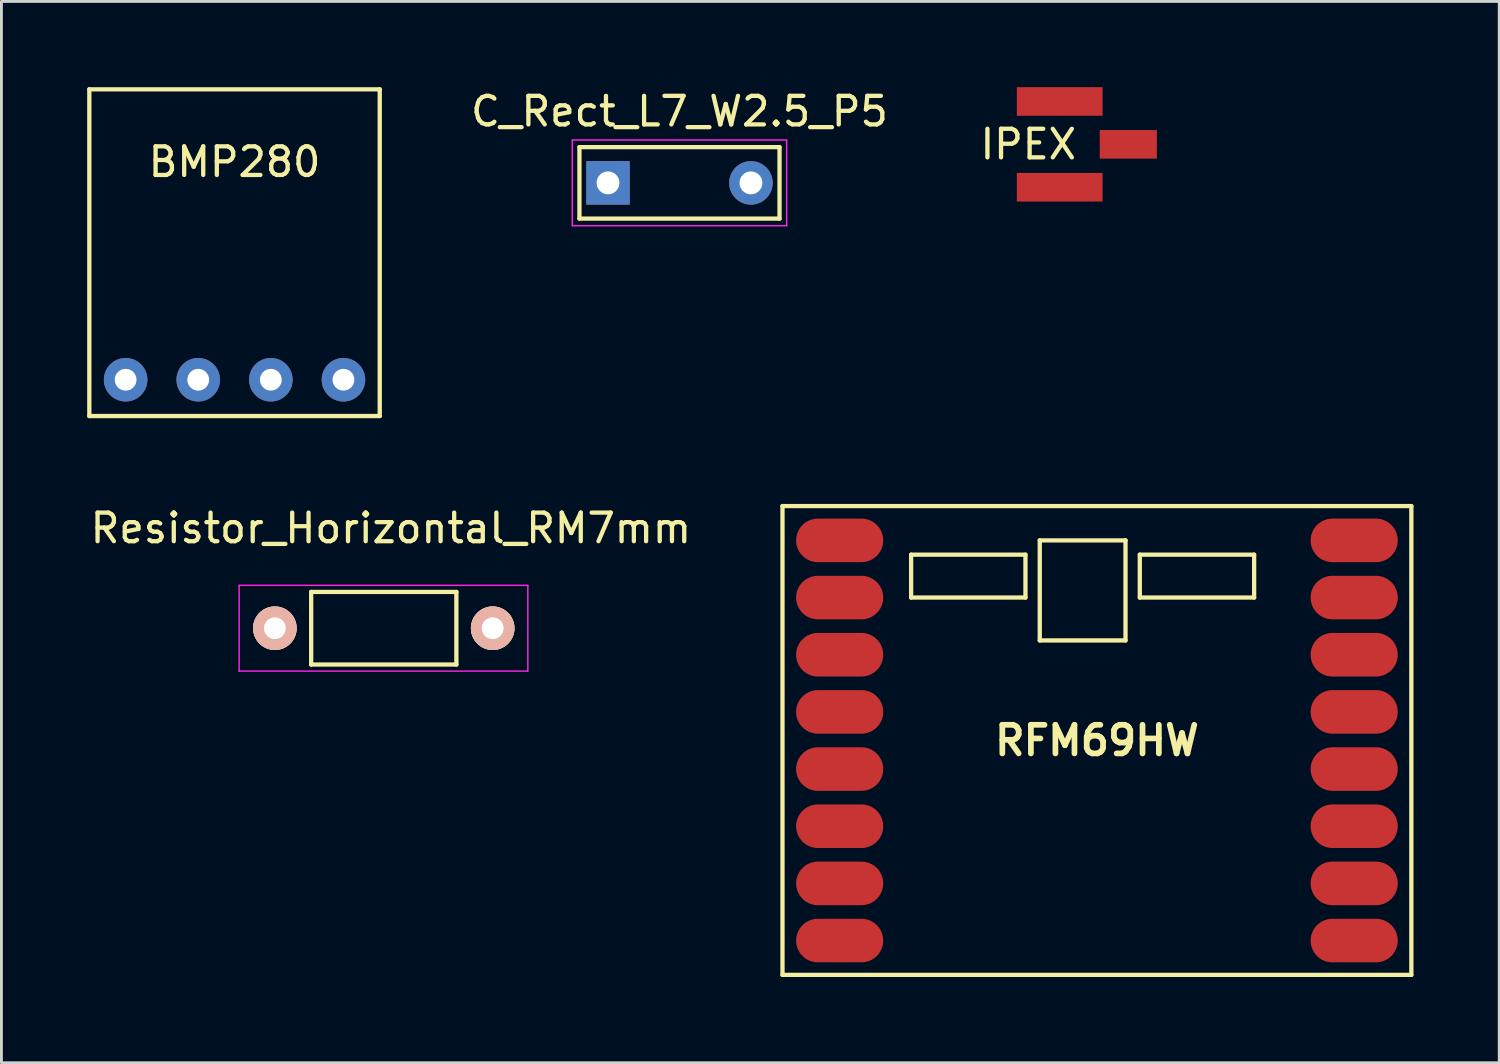
<source format=kicad_pcb>
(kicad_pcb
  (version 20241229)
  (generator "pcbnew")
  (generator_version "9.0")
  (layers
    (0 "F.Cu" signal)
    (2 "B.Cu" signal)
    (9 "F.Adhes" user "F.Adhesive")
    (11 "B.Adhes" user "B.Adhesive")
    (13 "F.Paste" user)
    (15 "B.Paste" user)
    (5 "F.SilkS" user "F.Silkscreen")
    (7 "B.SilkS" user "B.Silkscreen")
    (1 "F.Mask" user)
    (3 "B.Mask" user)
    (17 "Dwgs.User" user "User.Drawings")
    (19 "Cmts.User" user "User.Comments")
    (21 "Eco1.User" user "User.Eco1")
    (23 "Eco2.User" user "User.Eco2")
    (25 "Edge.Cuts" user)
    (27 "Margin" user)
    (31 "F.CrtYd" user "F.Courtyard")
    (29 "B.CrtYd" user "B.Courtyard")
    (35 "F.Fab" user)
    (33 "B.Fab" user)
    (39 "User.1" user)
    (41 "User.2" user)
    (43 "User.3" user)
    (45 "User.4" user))
  (footprint "RFM69HW"
    (layer "F.Cu")
    (at 35.325 22.855)
    (property "Reference" "RFM69HW" (at 0 0 0) (layer "F.SilkS") (effects (font (size 1 1) (thickness 0.2))))
    (attr through_hole)
    (fp_line (start -11 -8.2) (end 11 -8.2) (stroke (width 0.15) (type solid)) (layer "F.SilkS"))
    (fp_line (start -11 8.2) (end -11 -8.2) (stroke (width 0.15) (type solid)) (layer "F.SilkS"))
    (fp_line (start -6.5 -5) (end -6.5 -6.5) (stroke (width 0.15) (type solid)) (layer "F.SilkS"))
    (fp_line (start -6.5 -5) (end -2.5 -5) (stroke (width 0.15) (type solid)) (layer "F.SilkS"))
    (fp_line (start -2.5 -6.5) (end -6.5 -6.5) (stroke (width 0.15) (type solid)) (layer "F.SilkS"))
    (fp_line (start -2.5 -5) (end -2.5 -6.5) (stroke (width 0.15) (type solid)) (layer "F.SilkS"))
    (fp_line (start -2 -7) (end 1 -7) (stroke (width 0.15) (type solid)) (layer "F.SilkS"))
    (fp_line (start -2 -3.5) (end -2 -7) (stroke (width 0.15) (type solid)) (layer "F.SilkS"))
    (fp_line (start 1 -7) (end 1 -3.5) (stroke (width 0.15) (type solid)) (layer "F.SilkS"))
    (fp_line (start 1 -3.5) (end -2 -3.5) (stroke (width 0.15) (type solid)) (layer "F.SilkS"))
    (fp_line (start 1.5 -6.5) (end 1.5 -5) (stroke (width 0.15) (type solid)) (layer "F.SilkS"))
    (fp_line (start 1.5 -5) (end 5.5 -5) (stroke (width 0.15) (type solid)) (layer "F.SilkS"))
    (fp_line (start 5.5 -6.5) (end 1.5 -6.5) (stroke (width 0.15) (type solid)) (layer "F.SilkS"))
    (fp_line (start 5.5 -5) (end 5.5 -6.5) (stroke (width 0.15) (type solid)) (layer "F.SilkS"))
    (fp_line (start 11 -8.2) (end 11 8.2) (stroke (width 0.15) (type solid)) (layer "F.SilkS"))
    (fp_line (start 11 8.2) (end -11 8.2) (stroke (width 0.15) (type solid)) (layer "F.SilkS"))
    (pad "1" smd oval (at -9 7 180) (size 3.048 1.524) (layers "F.Cu" "F.Mask" "F.Paste"))
    (pad "2" smd oval (at -9 5 180) (size 3.048 1.524) (layers "F.Cu" "F.Mask" "F.Paste"))
    (pad "3" smd oval (at -9 3 180) (size 3.048 1.524) (layers "F.Cu" "F.Mask" "F.Paste"))
    (pad "4" smd oval (at -9 1 180) (size 3.048 1.524) (layers "F.Cu" "F.Mask" "F.Paste"))
    (pad "5" smd oval (at -9 -1 180) (size 3.048 1.524) (layers "F.Cu" "F.Mask" "F.Paste"))
    (pad "6" smd oval (at -9 -3 180) (size 3.048 1.524) (layers "F.Cu" "F.Mask" "F.Paste"))
    (pad "7" smd oval (at -9 -5 180) (size 3.048 1.524) (layers "F.Cu" "F.Mask" "F.Paste"))
    (pad "8" smd oval (at -9 -7 180) (size 3.048 1.524) (layers "F.Cu" "F.Mask" "F.Paste"))
    (pad "9" smd oval (at 9 7) (size 3.048 1.524) (layers "F.Cu" "F.Mask" "F.Paste"))
    (pad "10" smd oval (at 9 5) (size 3.048 1.524) (layers "F.Cu" "F.Mask" "F.Paste"))
    (pad "11" smd oval (at 9 3) (size 3.048 1.524) (layers "F.Cu" "F.Mask" "F.Paste"))
    (pad "12" smd oval (at 9 1) (size 3.048 1.524) (layers "F.Cu" "F.Mask" "F.Paste"))
    (pad "13" smd oval (at 9 -1) (size 3.048 1.524) (layers "F.Cu" "F.Mask" "F.Paste"))
    (pad "14" smd oval (at 9 -3) (size 3.048 1.524) (layers "F.Cu" "F.Mask" "F.Paste"))
    (pad "15" smd oval (at 9 -5) (size 3.048 1.524) (layers "F.Cu" "F.Mask" "F.Paste"))
    (pad "16" smd oval (at 9 -7) (size 3.048 1.524) (layers "F.Cu" "F.Mask" "F.Paste")))
  (footprint "C_Rect_L7_W2.5_P5"
    (layer "F.Cu")
    (at 18.221 3.348)
    (property "Reference" "C_Rect_L7_W2.5_P5" (at 2.5 -2.5 0) (layer "F.SilkS") (effects (font (size 1 1) (thickness 0.15))))
    (attr through_hole)
    (fp_line (start -1 -1.25) (end 6 -1.25) (stroke (width 0.15) (type solid)) (layer "F.SilkS"))
    (fp_line (start -1 1.25) (end -1 -1.25) (stroke (width 0.15) (type solid)) (layer "F.SilkS"))
    (fp_line (start 6 -1.25) (end 6 1.25) (stroke (width 0.15) (type solid)) (layer "F.SilkS"))
    (fp_line (start 6 1.25) (end -1 1.25) (stroke (width 0.15) (type solid)) (layer "F.SilkS"))
    (fp_line (start -1.25 -1.5) (end 6.25 -1.5) (stroke (width 0.05) (type solid)) (layer "F.CrtYd"))
    (fp_line (start -1.25 1.5) (end -1.25 -1.5) (stroke (width 0.05) (type solid)) (layer "F.CrtYd"))
    (fp_line (start 6.25 -1.5) (end 6.25 1.5) (stroke (width 0.05) (type solid)) (layer "F.CrtYd"))
    (fp_line (start 6.25 1.5) (end -1.25 1.5) (stroke (width 0.05) (type solid)) (layer "F.CrtYd"))
    (pad "1" thru_hole rect (at 0 0) (size 1.524 1.524) (drill 0.8) (layers "*.Cu" "*.Mask"))
    (pad "2" thru_hole circle (at 5 0) (size 1.524 1.524) (drill 0.8) (layers "*.Cu" "*.Mask")))
  (footprint "IPEX"
    (layer "F.Cu")
    (at 34.423 2)
    (property "Reference" "IPEX" (at -1.5 0 0) (layer "F.SilkS") (effects (font (size 1 1) (thickness 0.15))))
    (attr through_hole)
    (pad "1" smd rect (at 1.5 0) (size 2 1) (drill (offset 0.5 0)) (layers "F.Cu" "F.Mask" "F.Paste"))
    (pad "2" smd rect (at 0 -1.5) (size 3 1) (drill (offset -0.4 0)) (layers "F.Cu" "F.Mask" "F.Paste"))
    (pad "2" smd rect (at 0 1.5) (size 3 1) (drill (offset -0.4 0)) (layers "F.Cu" "F.Mask" "F.Paste")))
  (footprint "Resistor_Horizontal_RM7mm"
    (layer "F.Cu")
    (at 6.566 18.928)
    (property "Reference" "Resistor_Horizontal_RM7mm" (at 4.059 -3.5 0) (layer "F.SilkS") (effects (font (size 1 1) (thickness 0.15))))
    (attr through_hole)
    (fp_line (start 1.27 -1.27) (end 6.35 -1.27) (stroke (width 0.15) (type solid)) (layer "F.SilkS"))
    (fp_line (start 1.27 1.27) (end 1.27 -1.27) (stroke (width 0.15) (type solid)) (layer "F.SilkS"))
    (fp_line (start 6.35 -1.27) (end 6.35 1.27) (stroke (width 0.15) (type solid)) (layer "F.SilkS"))
    (fp_line (start 6.35 1.27) (end 1.27 1.27) (stroke (width 0.15) (type solid)) (layer "F.SilkS"))
    (fp_line (start -1.25 -1.5) (end 8.85 -1.5) (stroke (width 0.05) (type solid)) (layer "F.CrtYd"))
    (fp_line (start -1.25 1.5) (end -1.25 -1.5) (stroke (width 0.05) (type solid)) (layer "F.CrtYd"))
    (fp_line (start -1.25 1.5) (end 8.85 1.5) (stroke (width 0.05) (type solid)) (layer "F.CrtYd"))
    (fp_line (start 8.85 -1.5) (end 8.85 1.5) (stroke (width 0.05) (type solid)) (layer "F.CrtYd"))
    (pad "1" thru_hole circle (at 0 0) (size 1.524 1.524) (drill 0.762) (layers "*.Cu" "*.SilkS" "*.Mask"))
    (pad "2" thru_hole circle (at 7.62 0) (size 1.524 1.524) (drill 0.762) (layers "*.Cu" "*.SilkS" "*.Mask")))
  (footprint "BMP280"
    (layer "F.Cu")
    (at 5.155 7.695)
    (property "Reference" "BMP280" (at 0 -5.08 0) (layer "F.SilkS") (effects (font (size 1 1) (thickness 0.15))))
    (attr through_hole)
    (fp_line (start -5.08 -7.62) (end -5.08 3.81) (stroke (width 0.15) (type solid)) (layer "F.SilkS"))
    (fp_line (start -5.08 3.81) (end 5.08 3.81) (stroke (width 0.15) (type solid)) (layer "F.SilkS"))
    (fp_line (start 5.08 -7.62) (end -5.08 -7.62) (stroke (width 0.15) (type solid)) (layer "F.SilkS"))
    (fp_line (start 5.08 3.81) (end 5.08 -7.62) (stroke (width 0.15) (type solid)) (layer "F.SilkS"))
    (pad "1" thru_hole circle (at -3.81 2.54) (size 1.524 1.524) (drill 0.762) (layers "*.Cu" "*.Mask"))
    (pad "2" thru_hole circle (at -1.27 2.54) (size 1.524 1.524) (drill 0.762) (layers "*.Cu" "*.Mask"))
    (pad "3" thru_hole circle (at 1.27 2.54) (size 1.524 1.524) (drill 0.762) (layers "*.Cu" "*.Mask"))
    (pad "4" thru_hole circle (at 3.81 2.54) (size 1.524 1.524) (drill 0.762) (layers "*.Cu" "*.Mask")))
  (gr_rect
    (start -3 -3)
    (end 49.4 34.13)
    (stroke (width 0.1) (type default))
    (fill no)
    (layer "Edge.Cuts")))
</source>
